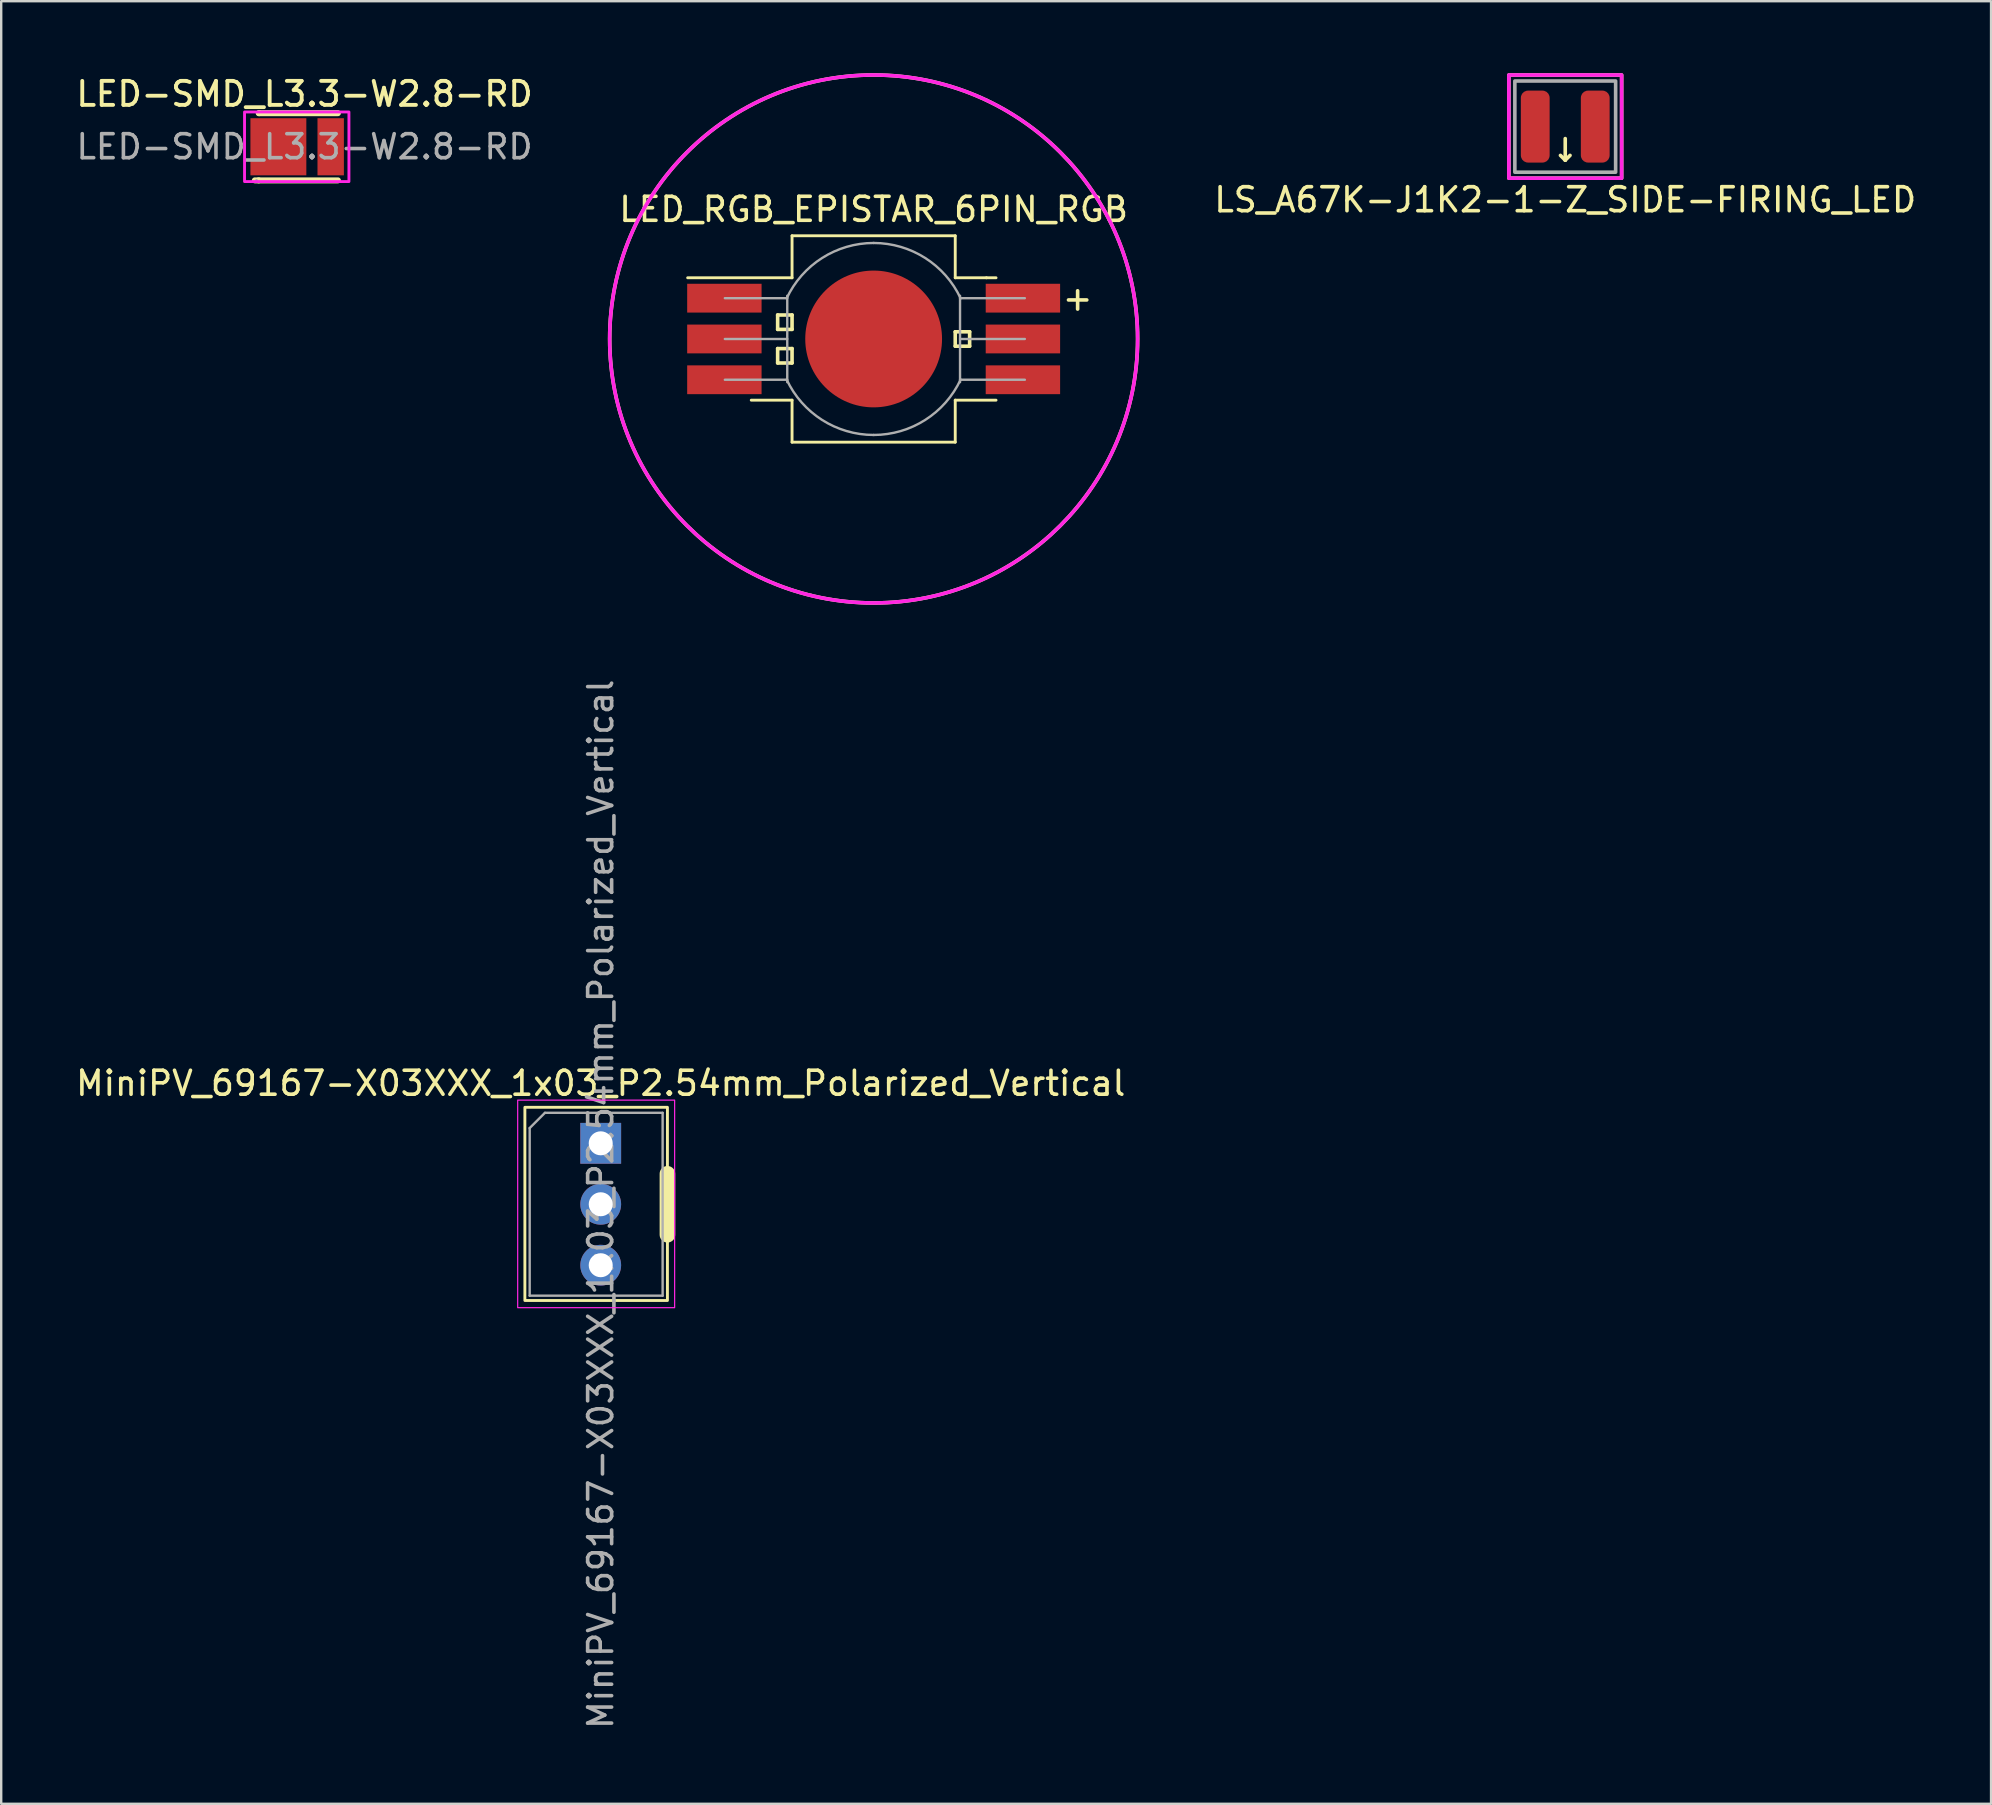
<source format=kicad_pcb>
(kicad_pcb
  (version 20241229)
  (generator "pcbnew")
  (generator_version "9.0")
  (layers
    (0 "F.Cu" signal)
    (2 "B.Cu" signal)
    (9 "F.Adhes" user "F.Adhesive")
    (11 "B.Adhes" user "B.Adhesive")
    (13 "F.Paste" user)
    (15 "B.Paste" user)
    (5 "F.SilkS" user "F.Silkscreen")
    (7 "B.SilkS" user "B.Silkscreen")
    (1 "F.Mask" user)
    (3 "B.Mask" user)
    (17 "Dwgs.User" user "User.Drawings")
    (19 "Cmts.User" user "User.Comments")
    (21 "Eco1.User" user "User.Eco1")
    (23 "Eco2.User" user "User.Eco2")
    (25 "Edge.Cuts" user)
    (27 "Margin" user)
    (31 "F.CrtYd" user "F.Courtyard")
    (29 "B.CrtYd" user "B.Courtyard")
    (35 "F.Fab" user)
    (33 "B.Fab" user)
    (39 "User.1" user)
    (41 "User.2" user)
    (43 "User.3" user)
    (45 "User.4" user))
  (footprint "LED_RGB_EPISTAR_6PIN_RGB"
    (layer "F.Cu")
    (at 33.355 11.075)
    (property "Reference" "LED_RGB_EPISTAR_6PIN_RGB" (at 0 -5.4 0) (layer "F.SilkS") (effects (font (size 1 1) (thickness 0.15))))
    (attr smd)
    (fp_line (start -7.75 -2.55) (end -3.4 -2.55) (stroke (width 0.12) (type solid)) (layer "F.SilkS"))
    (fp_line (start -5.1 2.55) (end -3.4 2.55) (stroke (width 0.12) (type solid)) (layer "F.SilkS"))
    (fp_line (start -4 -1) (end -4 -0.4) (stroke (width 0.15) (type solid)) (layer "F.SilkS"))
    (fp_line (start -4 -0.4) (end -3.4 -0.4) (stroke (width 0.15) (type solid)) (layer "F.SilkS"))
    (fp_line (start -4 0.4) (end -4 1) (stroke (width 0.15) (type solid)) (layer "F.SilkS"))
    (fp_line (start -4 1) (end -3.4 1) (stroke (width 0.15) (type solid)) (layer "F.SilkS"))
    (fp_line (start -3.4 -4.3) (end -3.4 -2.55) (stroke (width 0.12) (type solid)) (layer "F.SilkS"))
    (fp_line (start -3.4 -1) (end -4 -1) (stroke (width 0.15) (type solid)) (layer "F.SilkS"))
    (fp_line (start -3.4 -0.4) (end -3.4 -1) (stroke (width 0.15) (type solid)) (layer "F.SilkS"))
    (fp_line (start -3.4 0.4) (end -4 0.4) (stroke (width 0.15) (type solid)) (layer "F.SilkS"))
    (fp_line (start -3.4 1) (end -3.4 0.4) (stroke (width 0.15) (type solid)) (layer "F.SilkS"))
    (fp_line (start -3.4 2.55) (end -3.4 4.3) (stroke (width 0.12) (type solid)) (layer "F.SilkS"))
    (fp_line (start 3.4 -4.3) (end -3.4 -4.3) (stroke (width 0.12) (type solid)) (layer "F.SilkS"))
    (fp_line (start 3.4 -4.3) (end 3.4 -2.55) (stroke (width 0.12) (type solid)) (layer "F.SilkS"))
    (fp_line (start 3.4 -2.55) (end 4.7 -2.55) (stroke (width 0.12) (type solid)) (layer "F.SilkS"))
    (fp_line (start 3.4 -0.3) (end 3.4 0.3) (stroke (width 0.15) (type solid)) (layer "F.SilkS"))
    (fp_line (start 3.4 0.3) (end 4 0.3) (stroke (width 0.15) (type solid)) (layer "F.SilkS"))
    (fp_line (start 3.4 2.55) (end 3.4 4.3) (stroke (width 0.12) (type solid)) (layer "F.SilkS"))
    (fp_line (start 3.4 4.3) (end -3.4 4.3) (stroke (width 0.12) (type solid)) (layer "F.SilkS"))
    (fp_line (start 4 -0.3) (end 3.4 -0.3) (stroke (width 0.15) (type solid)) (layer "F.SilkS"))
    (fp_line (start 4 0.3) (end 4 -0.3) (stroke (width 0.15) (type solid)) (layer "F.SilkS"))
    (fp_line (start 4.7 -2.55) (end 5.1 -2.55) (stroke (width 0.12) (type solid)) (layer "F.SilkS"))
    (fp_line (start 5.1 2.55) (end 3.4 2.55) (stroke (width 0.12) (type solid)) (layer "F.SilkS"))
    (fp_circle (center 0 0) (end 11 0) (stroke (width 0.15) (type solid)) (fill no) (layer "F.SilkS"))
    (fp_circle (center 0 0) (end 11 0) (stroke (width 0.15) (type solid)) (fill no) (layer "F.CrtYd"))
    (fp_line (start -6.2 0) (end -3.6 0) (stroke (width 0.1) (type solid)) (layer "F.Fab"))
    (fp_line (start -3.6 -1.7) (end -6.2 -1.7) (stroke (width 0.1) (type solid)) (layer "F.Fab"))
    (fp_line (start -3.6 1.7) (end -6.2 1.7) (stroke (width 0.1) (type solid)) (layer "F.Fab"))
    (fp_line (start -3.6 1.8) (end -3.6 -1.8) (stroke (width 0.1) (type solid)) (layer "F.Fab"))
    (fp_line (start 3.6 -1.8) (end 3.6 1.8) (stroke (width 0.1) (type solid)) (layer "F.Fab"))
    (fp_line (start 3.6 -1.7) (end 6.3 -1.7) (stroke (width 0.1) (type solid)) (layer "F.Fab"))
    (fp_line (start 3.6 1.7) (end 6.3 1.7) (stroke (width 0.1) (type solid)) (layer "F.Fab"))
    (fp_line (start 6.3 0) (end 3.6 0) (stroke (width 0.1) (type solid)) (layer "F.Fab"))
    (fp_arc (start -3.625231 -1.690473) (mid -2.149198 -3.373566) (end 0 -4) (stroke (width 0.1) (type solid)) (layer "F.Fab"))
    (fp_arc (start 0 -4) (mid 2.149198 -3.373566) (end 3.625231 -1.690473) (stroke (width 0.1) (type solid)) (layer "F.Fab"))
    (fp_arc (start 0 4) (mid -2.149198 3.373566) (end -3.625231 1.690473) (stroke (width 0.1) (type solid)) (layer "F.Fab"))
    (fp_arc (start 3.625231 1.690473) (mid 2.149198 3.373566) (end 0 4) (stroke (width 0.1) (type solid)) (layer "F.Fab"))
    (fp_text user "+" (at 8.5 -1.7 0) (layer "F.SilkS") (effects (font (size 1 1) (thickness 0.15))))
    (pad "1" smd rect (at -6.22 -1.7) (size 3.1 1.2) (layers "F.Cu" "F.Mask" "F.Paste"))
    (pad "2" smd rect (at -6.22 0) (size 3.1 1.2) (layers "F.Cu" "F.Mask" "F.Paste"))
    (pad "3" smd rect (at -6.22 1.7) (size 3.1 1.2) (layers "F.Cu" "F.Mask" "F.Paste"))
    (pad "4" smd circle (at 0 0) (size 5.7 5.7) (layers "F.Cu" "F.Mask" "F.Paste"))
    (pad "4" smd rect (at 6.22 1.7 180) (size 3.1 1.2) (layers "F.Cu" "F.Mask" "F.Paste"))
    (pad "5" smd rect (at 6.22 0 180) (size 3.1 1.2) (layers "F.Cu" "F.Mask" "F.Paste"))
    (pad "6" smd rect (at 6.22 -1.7 180) (size 3.1 1.2) (layers "F.Cu" "F.Mask" "F.Paste")))
  (footprint "LED-SMD_L3.3-W2.8-RD"
    (layer "F.Cu")
    (at 9.64 3.066)
    (property "Reference" "LED-SMD_L3.3-W2.8-RD" (at 0 -2.2 0) (layer "F.SilkS") (effects (font (size 1 1) (thickness 0.16))))
    (attr smd)
    (fp_line (start -1.91 -1.4) (end -1.89 -1.4) (stroke (width 0.25) (type solid)) (layer "F.SilkS"))
    (fp_line (start -1.91 1.4) (end -2.07 1.4) (stroke (width 0.25) (type solid)) (layer "F.SilkS"))
    (fp_line (start -1.89 -1.4) (end 1.39 -1.4) (stroke (width 0.25) (type solid)) (layer "F.SilkS"))
    (fp_line (start 1.39 1.4) (end -1.91 1.4) (stroke (width 0.25) (type solid)) (layer "F.SilkS"))
    (fp_rect (start -2.5 -1.45) (end 1.85 1.45) (stroke (width 0.12) (type default)) (fill no) (layer "F.CrtYd"))
    (fp_circle (center -2 1.4) (end -1.97 1.4) (stroke (width 0.06) (type solid)) (fill no) (layer "F.Fab"))
    (fp_text user "${REFERENCE}" (at 0 0 0) (layer "F.Fab") (effects (font (size 1 1) (thickness 0.15))))
    (pad "1" smd rect (at -1.09 0 180) (size 2.33 2.38) (layers "F.Cu" "F.Mask" "F.Paste"))
    (pad "2" smd rect (at 1.09 0 180) (size 1.1 2.38) (layers "F.Cu" "F.Mask" "F.Paste")))
  (footprint "LS_A67K-J1K2-1-Z_SIDE-FIRING_LED"
    (layer "F.Cu")
    (at 62.174 2.225)
    (property "Reference" "LS_A67K-J1K2-1-Z_SIDE-FIRING_LED" (at 0 3.05 0) (layer "F.SilkS") (effects (font (size 1 1) (thickness 0.15))))
    (attr smd)
    (fp_line (start 0 1.4) (end -0.2 1.2) (stroke (width 0.15) (type solid)) (layer "F.SilkS"))
    (fp_line (start 0 1.4) (end 0 0.5) (stroke (width 0.15) (type solid)) (layer "F.SilkS"))
    (fp_line (start 0 1.4) (end 0.2 1.2) (stroke (width 0.15) (type solid)) (layer "F.SilkS"))
    (fp_rect (start -2.35 -2.15) (end 2.35 2.15) (stroke (width 0.15) (type default)) (fill no) (layer "F.SilkS"))
    (fp_rect (start -2.35 -2.15) (end 2.35 2.15) (stroke (width 0.15) (type default)) (fill no) (layer "F.CrtYd"))
    (fp_rect (start -2.1 -1.9) (end 2.1 1.9) (stroke (width 0.15) (type default)) (fill no) (layer "F.Fab"))
    (pad "1" smd roundrect (at -1.25 0) (size 1.2 3) (layers "F.Cu" "F.Mask" "F.Paste") (roundrect_rratio 0.25))
    (pad "2" smd roundrect (at 1.25 0) (size 1.2 3) (layers "F.Cu" "F.Mask" "F.Paste") (roundrect_rratio 0.25)))
  (footprint "MiniPV_69167-X03XXX_1x03_P2.54mm_Polarized_Vertical"
    (layer "F.Cu")
    (at 21.982 44.592)
    (property "Reference" "MiniPV_69167-X03XXX_1x03_P2.54mm_Polarized_Vertical" (at 0 -2.5 0) (layer "F.SilkS") (effects (font (size 1 1) (thickness 0.15))))
    (attr through_hole)
    (fp_line (start 2.78 3.81) (end 2.78 1.27) (stroke (width 0.65) (type solid)) (layer "F.SilkS"))
    (fp_rect (start -3.16 -1.5) (end 2.78 6.55) (stroke (width 0.12) (type solid)) (fill no) (layer "F.SilkS"))
    (fp_rect (start -3.46 -1.8) (end 3.08 6.85) (stroke (width 0.05) (type solid)) (fill no) (layer "F.CrtYd"))
    (fp_line (start -2.96 -0.635) (end -2.325 -1.27) (stroke (width 0.1) (type solid)) (layer "F.Fab"))
    (fp_line (start -2.96 6.35) (end -2.96 -0.635) (stroke (width 0.1) (type solid)) (layer "F.Fab"))
    (fp_line (start -2.325 -1.27) (end 2.58 -1.27) (stroke (width 0.1) (type solid)) (layer "F.Fab"))
    (fp_line (start 2.58 -1.27) (end 2.58 6.35) (stroke (width 0.1) (type solid)) (layer "F.Fab"))
    (fp_line (start 2.58 6.35) (end -2.96 6.35) (stroke (width 0.1) (type solid)) (layer "F.Fab"))
    (fp_text user "${REFERENCE}" (at 0 2.54 90) (layer "F.Fab") (effects (font (size 1 1) (thickness 0.15))))
    (pad "1" thru_hole rect (at 0 0) (size 1.7 1.7) (drill 1) (layers "*.Cu" "*.Mask"))
    (pad "2" thru_hole oval (at 0 2.54) (size 1.7 1.7) (drill 1) (layers "*.Cu" "*.Mask"))
    (pad "3" thru_hole oval (at 0 5.08) (size 1.7 1.7) (drill 1) (layers "*.Cu" "*.Mask")))
  (gr_rect
    (start -3 -3)
    (end 79.918 72.114)
    (stroke (width 0.1) (type default))
    (fill no)
    (layer "Edge.Cuts")))
</source>
